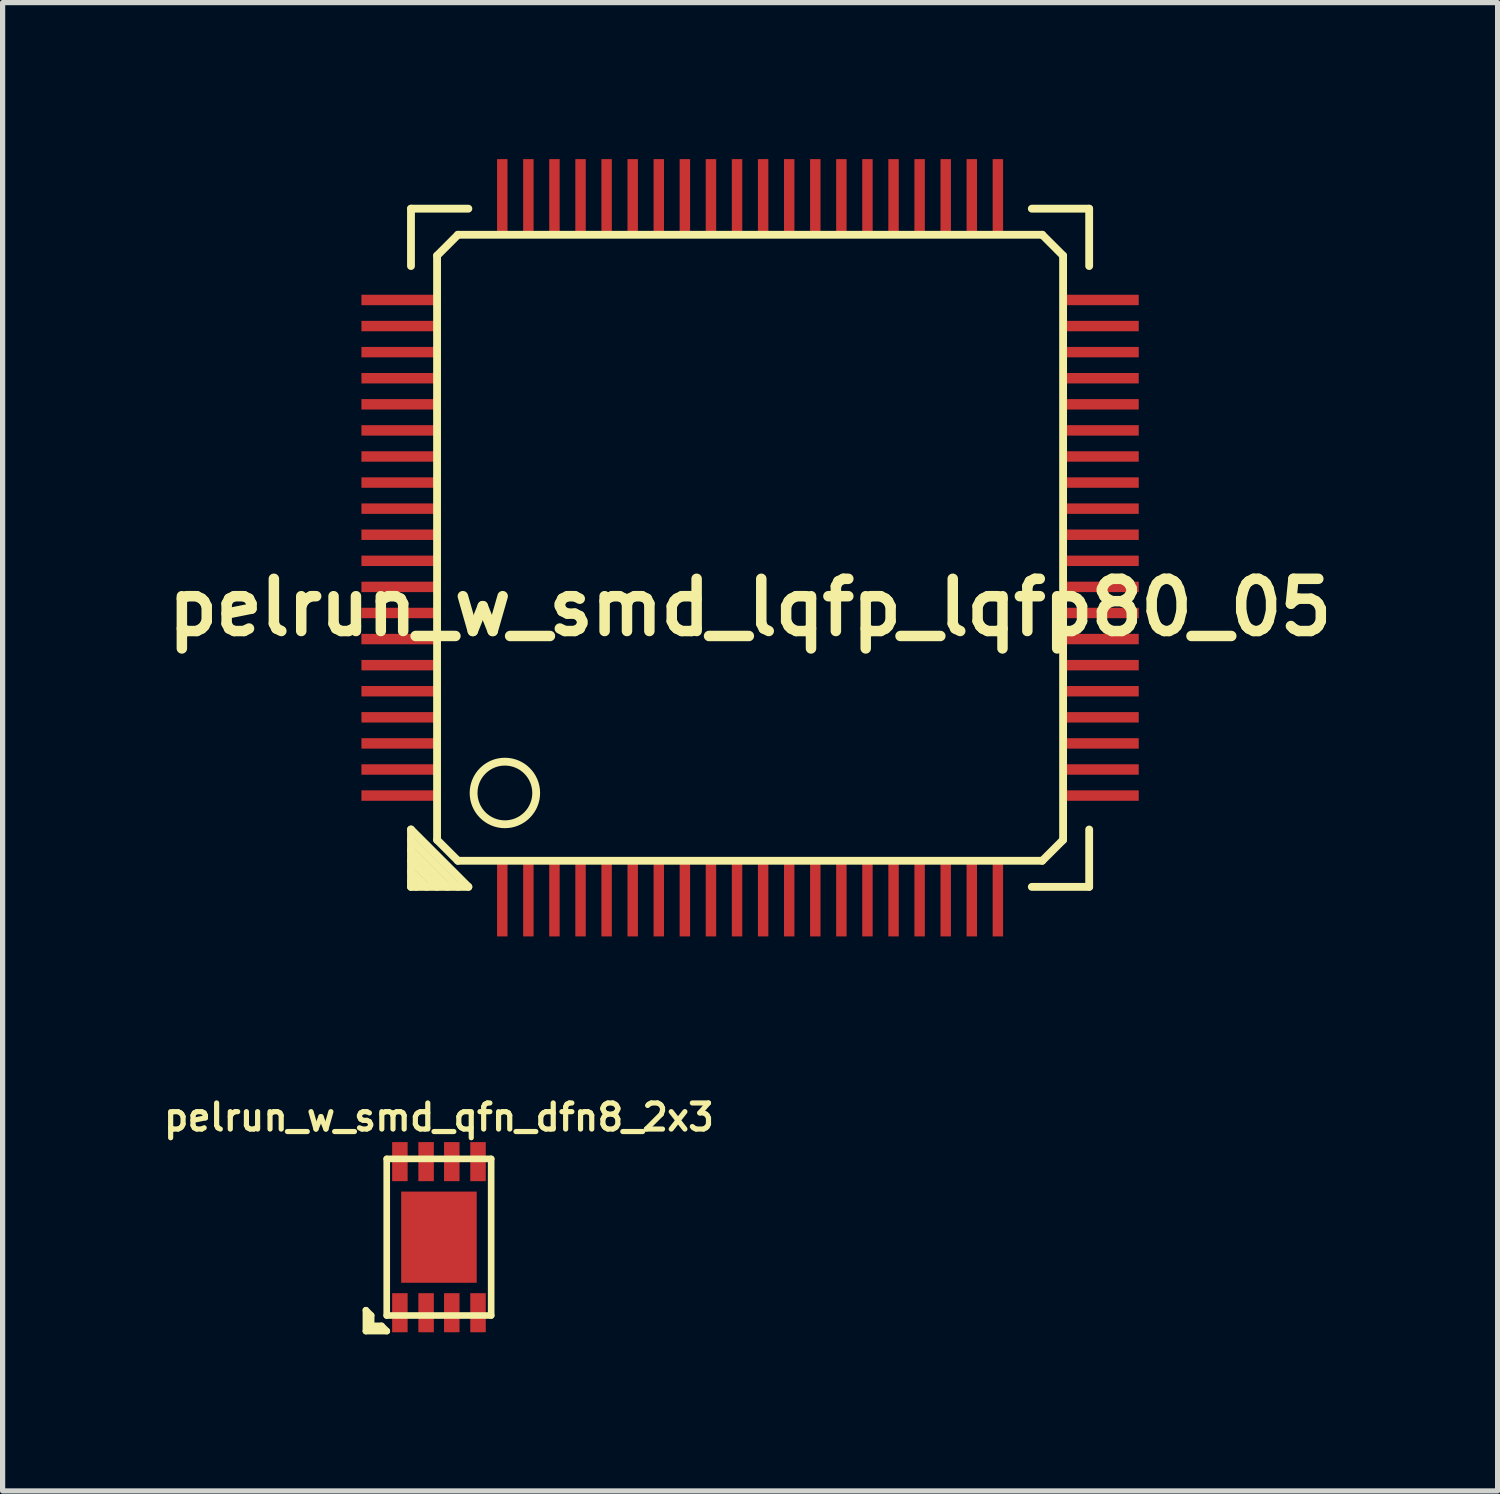
<source format=kicad_pcb>
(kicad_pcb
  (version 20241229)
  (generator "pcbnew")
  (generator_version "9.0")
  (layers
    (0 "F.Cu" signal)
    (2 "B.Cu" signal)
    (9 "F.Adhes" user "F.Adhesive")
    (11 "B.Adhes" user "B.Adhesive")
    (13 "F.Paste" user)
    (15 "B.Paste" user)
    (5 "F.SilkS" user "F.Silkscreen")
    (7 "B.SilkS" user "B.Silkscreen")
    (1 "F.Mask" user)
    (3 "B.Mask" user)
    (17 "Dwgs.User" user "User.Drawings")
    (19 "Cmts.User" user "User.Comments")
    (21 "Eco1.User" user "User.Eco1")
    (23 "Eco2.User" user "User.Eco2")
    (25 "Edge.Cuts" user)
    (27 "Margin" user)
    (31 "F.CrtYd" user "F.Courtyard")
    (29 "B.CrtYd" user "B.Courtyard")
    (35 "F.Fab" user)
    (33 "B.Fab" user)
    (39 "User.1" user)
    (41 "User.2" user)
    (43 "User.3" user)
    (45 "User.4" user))
  (footprint "pelrun_w_smd_qfn_dfn8_2x3"
    (layer "F.Cu")
    (at 5.364 20.665)
    (property "Reference" "pelrun_w_smd_qfn_dfn8_2x3" (at 0 -2.299 0) (layer "F.SilkS") (effects (font (size 0.5 0.5) (thickness 0.099))))
    (attr through_hole)
    (fp_line (start -1.4 1.4) (end -1.3 1.5) (stroke (width 0.127) (type solid)) (layer "F.SilkS"))
    (fp_line (start -1.4 1.8) (end -1.4 1.4) (stroke (width 0.127) (type solid)) (layer "F.SilkS"))
    (fp_line (start -1.3 1.7) (end -1.3 1.5) (stroke (width 0.127) (type solid)) (layer "F.SilkS"))
    (fp_line (start -1.1 1.7) (end -1.3 1.7) (stroke (width 0.127) (type solid)) (layer "F.SilkS"))
    (fp_line (start -1.001 -1.501) (end 1.001 -1.501) (stroke (width 0.127) (type solid)) (layer "F.SilkS"))
    (fp_line (start -1.001 1.501) (end -1.001 -1.501) (stroke (width 0.127) (type solid)) (layer "F.SilkS"))
    (fp_line (start -1.001 1.501) (end 1.001 1.501) (stroke (width 0.127) (type solid)) (layer "F.SilkS"))
    (fp_line (start -1 1.8) (end -1.4 1.8) (stroke (width 0.127) (type solid)) (layer "F.SilkS"))
    (fp_line (start -1 1.8) (end -1.1 1.7) (stroke (width 0.127) (type solid)) (layer "F.SilkS"))
    (fp_line (start 1.001 -1.501) (end 1.001 1.501) (stroke (width 0.127) (type solid)) (layer "F.SilkS"))
    (pad "1" smd rect (at -0.749 1.448) (size 0.297 0.749) (layers "F.Cu" "F.Mask" "F.Paste"))
    (pad "2" smd rect (at -0.246 1.448) (size 0.297 0.749) (layers "F.Cu" "F.Mask" "F.Paste"))
    (pad "3" smd rect (at 0.246 1.448) (size 0.297 0.749) (layers "F.Cu" "F.Mask" "F.Paste"))
    (pad "4" smd rect (at 0.749 1.448) (size 0.297 0.749) (layers "F.Cu" "F.Mask" "F.Paste"))
    (pad "5" smd rect (at 0.749 -1.448) (size 0.297 0.749) (layers "F.Cu" "F.Mask" "F.Paste"))
    (pad "6" smd rect (at 0.246 -1.448) (size 0.297 0.749) (layers "F.Cu" "F.Mask" "F.Paste"))
    (pad "7" smd rect (at -0.246 -1.448) (size 0.297 0.749) (layers "F.Cu" "F.Mask" "F.Paste"))
    (pad "8" smd rect (at -0.749 -1.448) (size 0.297 0.749) (layers "F.Cu" "F.Mask" "F.Paste"))
    (pad "9" smd rect (at 0 0) (size 1.448 1.748) (layers "F.Cu" "F.Mask" "F.Paste")))
  (footprint "pelrun_w_smd_lqfp_lqfp80_05"
    (layer "F.Cu")
    (at 11.328 7.45)
    (property "Reference" "pelrun_w_smd_lqfp_lqfp80_05" (at 0 1.143 0) (layer "F.SilkS") (effects (font (size 1.001 1.001) (thickness 0.201))))
    (attr through_hole)
    (fp_line (start -6.5 -6.5) (end -5.4 -6.5) (stroke (width 0.15) (type solid)) (layer "F.SilkS"))
    (fp_line (start -6.5 -5.4) (end -6.5 -6.5) (stroke (width 0.15) (type solid)) (layer "F.SilkS"))
    (fp_line (start -6.5 5.4) (end -6.5 6.5) (stroke (width 0.15) (type solid)) (layer "F.SilkS"))
    (fp_line (start -6.5 5.601) (end -5.601 6.5) (stroke (width 0.15) (type solid)) (layer "F.SilkS"))
    (fp_line (start -6.5 5.999) (end -5.999 6.5) (stroke (width 0.15) (type solid)) (layer "F.SilkS"))
    (fp_line (start -6.5 6.401) (end -6.401 6.5) (stroke (width 0.15) (type solid)) (layer "F.SilkS"))
    (fp_line (start -6.5 6.5) (end -5.4 6.5) (stroke (width 0.15) (type solid)) (layer "F.SilkS"))
    (fp_line (start -6.2 6.5) (end -6.5 6.2) (stroke (width 0.15) (type solid)) (layer "F.SilkS"))
    (fp_line (start -6 -5.6) (end -6 5.6) (stroke (width 0.15) (type solid)) (layer "F.SilkS"))
    (fp_line (start -6 5.6) (end -5.6 6) (stroke (width 0.15) (type solid)) (layer "F.SilkS"))
    (fp_line (start -5.801 6.5) (end -6.5 5.801) (stroke (width 0.15) (type solid)) (layer "F.SilkS"))
    (fp_line (start -5.6 -6) (end -6 -5.6) (stroke (width 0.15) (type solid)) (layer "F.SilkS"))
    (fp_line (start -5.6 6) (end 5.6 6) (stroke (width 0.15) (type solid)) (layer "F.SilkS"))
    (fp_line (start -5.4 6.5) (end -6.5 5.4) (stroke (width 0.15) (type solid)) (layer "F.SilkS"))
    (fp_line (start 5.4 6.5) (end 6.5 6.5) (stroke (width 0.15) (type solid)) (layer "F.SilkS"))
    (fp_line (start 5.6 -6) (end -5.6 -6) (stroke (width 0.15) (type solid)) (layer "F.SilkS"))
    (fp_line (start 5.6 6) (end 6 5.6) (stroke (width 0.15) (type solid)) (layer "F.SilkS"))
    (fp_line (start 6 -5.6) (end 5.6 -6) (stroke (width 0.15) (type solid)) (layer "F.SilkS"))
    (fp_line (start 6 5.6) (end 6 -5.6) (stroke (width 0.15) (type solid)) (layer "F.SilkS"))
    (fp_line (start 6.5 -6.5) (end 5.4 -6.5) (stroke (width 0.15) (type solid)) (layer "F.SilkS"))
    (fp_line (start 6.5 -6.5) (end 6.5 -5.4) (stroke (width 0.15) (type solid)) (layer "F.SilkS"))
    (fp_line (start 6.5 6.5) (end 6.5 5.4) (stroke (width 0.15) (type solid)) (layer "F.SilkS"))
    (fp_circle (center -4.7 4.7) (end -4.1 4.7) (stroke (width 0.15) (type solid)) (fill no) (layer "F.SilkS"))
    (pad "1" smd rect (at -4.75 6.7) (size 0.2 1.5) (layers "F.Cu" "F.Mask" "F.Paste"))
    (pad "2" smd rect (at -4.25 6.7) (size 0.2 1.5) (layers "F.Cu" "F.Mask" "F.Paste"))
    (pad "3" smd rect (at -3.75 6.7) (size 0.2 1.5) (layers "F.Cu" "F.Mask" "F.Paste"))
    (pad "4" smd rect (at -3.25 6.7) (size 0.2 1.5) (layers "F.Cu" "F.Mask" "F.Paste"))
    (pad "5" smd rect (at -2.75 6.7) (size 0.2 1.5) (layers "F.Cu" "F.Mask" "F.Paste"))
    (pad "6" smd rect (at -2.25 6.7) (size 0.2 1.5) (layers "F.Cu" "F.Mask" "F.Paste"))
    (pad "7" smd rect (at -1.75 6.7) (size 0.2 1.5) (layers "F.Cu" "F.Mask" "F.Paste"))
    (pad "8" smd rect (at -1.25 6.7) (size 0.2 1.5) (layers "F.Cu" "F.Mask" "F.Paste"))
    (pad "9" smd rect (at -0.75 6.7) (size 0.2 1.5) (layers "F.Cu" "F.Mask" "F.Paste"))
    (pad "10" smd rect (at -0.25 6.7) (size 0.2 1.5) (layers "F.Cu" "F.Mask" "F.Paste"))
    (pad "11" smd rect (at 0.25 6.7) (size 0.2 1.5) (layers "F.Cu" "F.Mask" "F.Paste"))
    (pad "12" smd rect (at 0.75 6.7) (size 0.2 1.5) (layers "F.Cu" "F.Mask" "F.Paste"))
    (pad "13" smd rect (at 1.25 6.7) (size 0.2 1.5) (layers "F.Cu" "F.Mask" "F.Paste"))
    (pad "14" smd rect (at 1.75 6.7) (size 0.2 1.5) (layers "F.Cu" "F.Mask" "F.Paste"))
    (pad "15" smd rect (at 2.25 6.7) (size 0.2 1.5) (layers "F.Cu" "F.Mask" "F.Paste"))
    (pad "16" smd rect (at 2.75 6.7) (size 0.2 1.5) (layers "F.Cu" "F.Mask" "F.Paste"))
    (pad "17" smd rect (at 3.25 6.7) (size 0.2 1.5) (layers "F.Cu" "F.Mask" "F.Paste"))
    (pad "18" smd rect (at 3.75 6.7) (size 0.2 1.5) (layers "F.Cu" "F.Mask" "F.Paste"))
    (pad "19" smd rect (at 4.25 6.7) (size 0.2 1.5) (layers "F.Cu" "F.Mask" "F.Paste"))
    (pad "20" smd rect (at 4.75 6.7) (size 0.2 1.5) (layers "F.Cu" "F.Mask" "F.Paste"))
    (pad "21" smd rect (at 6.7 4.75) (size 1.5 0.2) (layers "F.Cu" "F.Mask" "F.Paste"))
    (pad "22" smd rect (at 6.7 4.25) (size 1.5 0.2) (layers "F.Cu" "F.Mask" "F.Paste"))
    (pad "23" smd rect (at 6.7 3.75) (size 1.5 0.2) (layers "F.Cu" "F.Mask" "F.Paste"))
    (pad "24" smd rect (at 6.7 3.25) (size 1.5 0.2) (layers "F.Cu" "F.Mask" "F.Paste"))
    (pad "25" smd rect (at 6.7 2.75) (size 1.5 0.2) (layers "F.Cu" "F.Mask" "F.Paste"))
    (pad "26" smd rect (at 6.7 2.25) (size 1.5 0.2) (layers "F.Cu" "F.Mask" "F.Paste"))
    (pad "27" smd rect (at 6.7 1.75) (size 1.5 0.2) (layers "F.Cu" "F.Mask" "F.Paste"))
    (pad "28" smd rect (at 6.7 1.25) (size 1.5 0.2) (layers "F.Cu" "F.Mask" "F.Paste"))
    (pad "29" smd rect (at 6.7 0.75) (size 1.5 0.2) (layers "F.Cu" "F.Mask" "F.Paste"))
    (pad "30" smd rect (at 6.7 0.25) (size 1.5 0.2) (layers "F.Cu" "F.Mask" "F.Paste"))
    (pad "31" smd rect (at 6.7 -0.25) (size 1.5 0.2) (layers "F.Cu" "F.Mask" "F.Paste"))
    (pad "32" smd rect (at 6.7 -0.75) (size 1.5 0.2) (layers "F.Cu" "F.Mask" "F.Paste"))
    (pad "33" smd rect (at 6.7 -1.25) (size 1.5 0.2) (layers "F.Cu" "F.Mask" "F.Paste"))
    (pad "34" smd rect (at 6.7 -1.75) (size 1.5 0.2) (layers "F.Cu" "F.Mask" "F.Paste"))
    (pad "35" smd rect (at 6.7 -2.25) (size 1.5 0.2) (layers "F.Cu" "F.Mask" "F.Paste"))
    (pad "36" smd rect (at 6.7 -2.75) (size 1.5 0.2) (layers "F.Cu" "F.Mask" "F.Paste"))
    (pad "37" smd rect (at 6.7 -3.25) (size 1.5 0.2) (layers "F.Cu" "F.Mask" "F.Paste"))
    (pad "38" smd rect (at 6.7 -3.75) (size 1.5 0.2) (layers "F.Cu" "F.Mask" "F.Paste"))
    (pad "39" smd rect (at 6.7 -4.25) (size 1.5 0.2) (layers "F.Cu" "F.Mask" "F.Paste"))
    (pad "40" smd rect (at 6.7 -4.75) (size 1.5 0.2) (layers "F.Cu" "F.Mask" "F.Paste"))
    (pad "41" smd rect (at 4.75 -6.7) (size 0.2 1.5) (layers "F.Cu" "F.Mask" "F.Paste"))
    (pad "42" smd rect (at 4.25 -6.7) (size 0.2 1.5) (layers "F.Cu" "F.Mask" "F.Paste"))
    (pad "43" smd rect (at 3.75 -6.7) (size 0.2 1.5) (layers "F.Cu" "F.Mask" "F.Paste"))
    (pad "44" smd rect (at 3.25 -6.7) (size 0.2 1.5) (layers "F.Cu" "F.Mask" "F.Paste"))
    (pad "45" smd rect (at 2.75 -6.7) (size 0.2 1.5) (layers "F.Cu" "F.Mask" "F.Paste"))
    (pad "46" smd rect (at 2.25 -6.7) (size 0.2 1.5) (layers "F.Cu" "F.Mask" "F.Paste"))
    (pad "47" smd rect (at 1.75 -6.7) (size 0.2 1.5) (layers "F.Cu" "F.Mask" "F.Paste"))
    (pad "48" smd rect (at 1.25 -6.7) (size 0.2 1.5) (layers "F.Cu" "F.Mask" "F.Paste"))
    (pad "49" smd rect (at 0.75 -6.7) (size 0.2 1.5) (layers "F.Cu" "F.Mask" "F.Paste"))
    (pad "50" smd rect (at 0.25 -6.7) (size 0.2 1.5) (layers "F.Cu" "F.Mask" "F.Paste"))
    (pad "51" smd rect (at -0.25 -6.7) (size 0.2 1.5) (layers "F.Cu" "F.Mask" "F.Paste"))
    (pad "52" smd rect (at -0.75 -6.7) (size 0.2 1.5) (layers "F.Cu" "F.Mask" "F.Paste"))
    (pad "53" smd rect (at -1.25 -6.7) (size 0.2 1.5) (layers "F.Cu" "F.Mask" "F.Paste"))
    (pad "54" smd rect (at -1.75 -6.7) (size 0.2 1.5) (layers "F.Cu" "F.Mask" "F.Paste"))
    (pad "55" smd rect (at -2.25 -6.7) (size 0.2 1.5) (layers "F.Cu" "F.Mask" "F.Paste"))
    (pad "56" smd rect (at -2.75 -6.7) (size 0.2 1.5) (layers "F.Cu" "F.Mask" "F.Paste"))
    (pad "57" smd rect (at -3.25 -6.7) (size 0.2 1.5) (layers "F.Cu" "F.Mask" "F.Paste"))
    (pad "58" smd rect (at -3.75 -6.7) (size 0.2 1.5) (layers "F.Cu" "F.Mask" "F.Paste"))
    (pad "59" smd rect (at -4.25 -6.7) (size 0.2 1.5) (layers "F.Cu" "F.Mask" "F.Paste"))
    (pad "60" smd rect (at -4.75 -6.7) (size 0.2 1.5) (layers "F.Cu" "F.Mask" "F.Paste"))
    (pad "61" smd rect (at -6.7 -4.75) (size 1.5 0.2) (layers "F.Cu" "F.Mask" "F.Paste"))
    (pad "62" smd rect (at -6.7 -4.25) (size 1.5 0.2) (layers "F.Cu" "F.Mask" "F.Paste"))
    (pad "63" smd rect (at -6.7 -3.75) (size 1.5 0.2) (layers "F.Cu" "F.Mask" "F.Paste"))
    (pad "64" smd rect (at -6.7 -3.25) (size 1.5 0.2) (layers "F.Cu" "F.Mask" "F.Paste"))
    (pad "65" smd rect (at -6.7 -2.75) (size 1.5 0.2) (layers "F.Cu" "F.Mask" "F.Paste"))
    (pad "66" smd rect (at -6.7 -2.25) (size 1.5 0.2) (layers "F.Cu" "F.Mask" "F.Paste"))
    (pad "67" smd rect (at -6.7 -1.75) (size 1.5 0.2) (layers "F.Cu" "F.Mask" "F.Paste"))
    (pad "68" smd rect (at -6.7 -1.25) (size 1.5 0.2) (layers "F.Cu" "F.Mask" "F.Paste"))
    (pad "69" smd rect (at -6.7 -0.75) (size 1.5 0.2) (layers "F.Cu" "F.Mask" "F.Paste"))
    (pad "70" smd rect (at -6.7 -0.25) (size 1.5 0.2) (layers "F.Cu" "F.Mask" "F.Paste"))
    (pad "71" smd rect (at -6.7 0.25) (size 1.5 0.2) (layers "F.Cu" "F.Mask" "F.Paste"))
    (pad "72" smd rect (at -6.7 0.75) (size 1.5 0.2) (layers "F.Cu" "F.Mask" "F.Paste"))
    (pad "73" smd rect (at -6.7 1.25) (size 1.5 0.2) (layers "F.Cu" "F.Mask" "F.Paste"))
    (pad "74" smd rect (at -6.7 1.75) (size 1.5 0.2) (layers "F.Cu" "F.Mask" "F.Paste"))
    (pad "75" smd rect (at -6.7 2.25) (size 1.5 0.2) (layers "F.Cu" "F.Mask" "F.Paste"))
    (pad "76" smd rect (at -6.7 2.75) (size 1.5 0.2) (layers "F.Cu" "F.Mask" "F.Paste"))
    (pad "77" smd rect (at -6.7 3.25) (size 1.5 0.2) (layers "F.Cu" "F.Mask" "F.Paste"))
    (pad "78" smd rect (at -6.7 3.75) (size 1.5 0.2) (layers "F.Cu" "F.Mask" "F.Paste"))
    (pad "79" smd rect (at -6.7 4.25) (size 1.5 0.2) (layers "F.Cu" "F.Mask" "F.Paste"))
    (pad "80" smd rect (at -6.7 4.75) (size 1.5 0.2) (layers "F.Cu" "F.Mask" "F.Paste")))
  (gr_rect
    (start -3 -3)
    (end 25.657 25.529)
    (stroke (width 0.1) (type default))
    (fill no)
    (layer "Edge.Cuts")))
</source>
